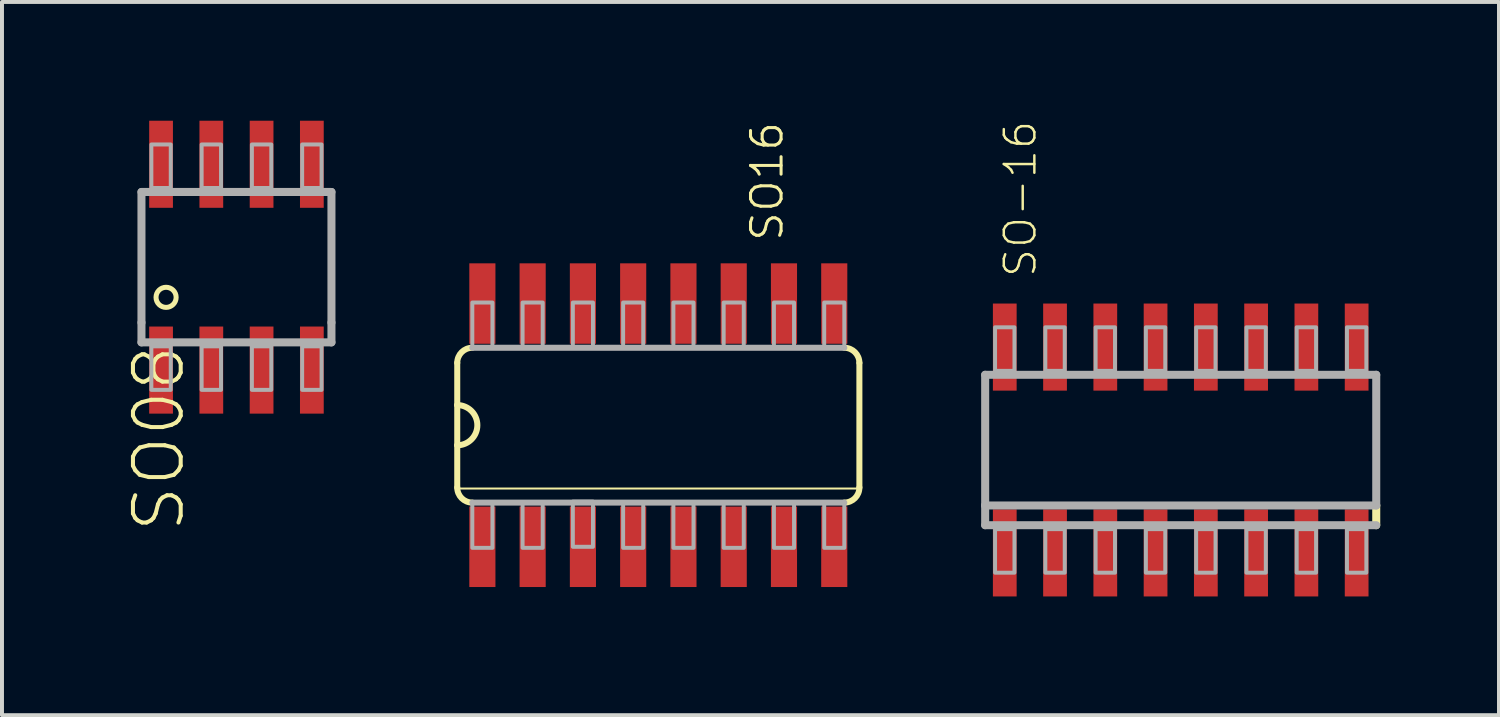
<source format=kicad_pcb>
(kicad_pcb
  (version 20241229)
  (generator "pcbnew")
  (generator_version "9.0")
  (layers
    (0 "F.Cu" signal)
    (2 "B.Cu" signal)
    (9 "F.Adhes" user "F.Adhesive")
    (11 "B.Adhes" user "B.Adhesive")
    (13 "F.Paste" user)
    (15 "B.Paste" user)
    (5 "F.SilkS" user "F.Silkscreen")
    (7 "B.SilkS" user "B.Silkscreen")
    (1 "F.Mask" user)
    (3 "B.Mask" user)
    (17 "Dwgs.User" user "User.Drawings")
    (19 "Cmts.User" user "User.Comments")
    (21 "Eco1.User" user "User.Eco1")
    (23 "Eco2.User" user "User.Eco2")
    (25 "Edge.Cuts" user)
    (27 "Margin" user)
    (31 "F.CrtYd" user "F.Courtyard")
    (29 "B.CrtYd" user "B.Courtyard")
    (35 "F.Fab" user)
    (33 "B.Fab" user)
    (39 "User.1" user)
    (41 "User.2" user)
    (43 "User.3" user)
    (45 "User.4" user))
  (footprint "SO-16"
    (layer "F.Cu")
    (at 26.78 8.002)
    (property "Reference" "SO-16" (at -3.6 -4 270) (layer "F.SilkS") (effects (font (size 0.772 0.772) (thickness 0.062)) (justify left bottom)))
    (attr through_hole)
    (fp_line (start 4.94 1.718) (end 4.94 2.217) (stroke (width 0.203) (type solid)) (layer "F.SilkS"))
    (fp_line (start -4.94 -1.583) (end 4.94 -1.583) (stroke (width 0.203) (type solid)) (layer "F.Fab"))
    (fp_line (start -4.94 1.718) (end -4.94 -1.583) (stroke (width 0.203) (type solid)) (layer "F.Fab"))
    (fp_line (start -4.94 2.217) (end -4.94 1.718) (stroke (width 0.203) (type solid)) (layer "F.Fab"))
    (fp_line (start 4.94 -1.583) (end 4.94 1.718) (stroke (width 0.203) (type solid)) (layer "F.Fab"))
    (fp_line (start 4.94 1.718) (end -4.94 1.718) (stroke (width 0.203) (type solid)) (layer "F.Fab"))
    (fp_line (start 4.94 2.217) (end -4.94 2.217) (stroke (width 0.203) (type solid)) (layer "F.Fab"))
    (fp_poly (pts (xy -4.69 -1.683) (xy -4.2 -1.683) (xy -4.2 -2.783) (xy -4.69 -2.783)) (stroke (width 0.1) (type solid)) (fill no) (layer "F.Fab"))
    (fp_poly (pts (xy -4.69 3.417) (xy -4.2 3.417) (xy -4.2 2.317) (xy -4.69 2.317)) (stroke (width 0.1) (type solid)) (fill no) (layer "F.Fab"))
    (fp_poly (pts (xy -3.42 -1.683) (xy -2.93 -1.683) (xy -2.93 -2.783) (xy -3.42 -2.783)) (stroke (width 0.1) (type solid)) (fill no) (layer "F.Fab"))
    (fp_poly (pts (xy -3.42 3.417) (xy -2.93 3.417) (xy -2.93 2.317) (xy -3.42 2.317)) (stroke (width 0.1) (type solid)) (fill no) (layer "F.Fab"))
    (fp_poly (pts (xy -2.15 -1.683) (xy -1.66 -1.683) (xy -1.66 -2.783) (xy -2.15 -2.783)) (stroke (width 0.1) (type solid)) (fill no) (layer "F.Fab"))
    (fp_poly (pts (xy -2.15 3.417) (xy -1.66 3.417) (xy -1.66 2.317) (xy -2.15 2.317)) (stroke (width 0.1) (type solid)) (fill no) (layer "F.Fab"))
    (fp_poly (pts (xy -0.88 -1.683) (xy -0.39 -1.683) (xy -0.39 -2.783) (xy -0.88 -2.783)) (stroke (width 0.1) (type solid)) (fill no) (layer "F.Fab"))
    (fp_poly (pts (xy -0.88 3.417) (xy -0.39 3.417) (xy -0.39 2.317) (xy -0.88 2.317)) (stroke (width 0.1) (type solid)) (fill no) (layer "F.Fab"))
    (fp_poly (pts (xy 0.39 -1.683) (xy 0.88 -1.683) (xy 0.88 -2.783) (xy 0.39 -2.783)) (stroke (width 0.1) (type solid)) (fill no) (layer "F.Fab"))
    (fp_poly (pts (xy 0.39 3.417) (xy 0.88 3.417) (xy 0.88 2.317) (xy 0.39 2.317)) (stroke (width 0.1) (type solid)) (fill no) (layer "F.Fab"))
    (fp_poly (pts (xy 1.66 -1.683) (xy 2.15 -1.683) (xy 2.15 -2.783) (xy 1.66 -2.783)) (stroke (width 0.1) (type solid)) (fill no) (layer "F.Fab"))
    (fp_poly (pts (xy 1.66 3.417) (xy 2.15 3.417) (xy 2.15 2.317) (xy 1.66 2.317)) (stroke (width 0.1) (type solid)) (fill no) (layer "F.Fab"))
    (fp_poly (pts (xy 2.93 -1.683) (xy 3.42 -1.683) (xy 3.42 -2.783) (xy 2.93 -2.783)) (stroke (width 0.1) (type solid)) (fill no) (layer "F.Fab"))
    (fp_poly (pts (xy 2.93 3.417) (xy 3.42 3.417) (xy 3.42 2.317) (xy 2.93 2.317)) (stroke (width 0.1) (type solid)) (fill no) (layer "F.Fab"))
    (fp_poly (pts (xy 4.2 -1.683) (xy 4.69 -1.683) (xy 4.69 -2.783) (xy 4.2 -2.783)) (stroke (width 0.1) (type solid)) (fill no) (layer "F.Fab"))
    (fp_poly (pts (xy 4.2 3.417) (xy 4.69 3.417) (xy 4.69 2.317) (xy 4.2 2.317)) (stroke (width 0.1) (type solid)) (fill no) (layer "F.Fab"))
    (pad "1" smd rect (at -4.445 2.917) (size 0.6 2.2) (layers "F.Cu" "F.Mask" "F.Paste"))
    (pad "2" smd rect (at -3.175 2.917) (size 0.6 2.2) (layers "F.Cu" "F.Mask" "F.Paste"))
    (pad "3" smd rect (at -1.905 2.917) (size 0.6 2.2) (layers "F.Cu" "F.Mask" "F.Paste"))
    (pad "4" smd rect (at -0.635 2.917) (size 0.6 2.2) (layers "F.Cu" "F.Mask" "F.Paste"))
    (pad "5" smd rect (at 0.635 2.917) (size 0.6 2.2) (layers "F.Cu" "F.Mask" "F.Paste"))
    (pad "6" smd rect (at 1.905 2.917) (size 0.6 2.2) (layers "F.Cu" "F.Mask" "F.Paste"))
    (pad "7" smd rect (at 3.175 2.917) (size 0.6 2.2) (layers "F.Cu" "F.Mask" "F.Paste"))
    (pad "8" smd rect (at 4.445 2.917) (size 0.6 2.2) (layers "F.Cu" "F.Mask" "F.Paste"))
    (pad "9" smd rect (at 4.445 -2.283) (size 0.6 2.2) (layers "F.Cu" "F.Mask" "F.Paste"))
    (pad "10" smd rect (at 3.175 -2.283) (size 0.6 2.2) (layers "F.Cu" "F.Mask" "F.Paste"))
    (pad "11" smd rect (at 1.905 -2.283) (size 0.6 2.2) (layers "F.Cu" "F.Mask" "F.Paste"))
    (pad "12" smd rect (at 0.635 -2.283) (size 0.6 2.2) (layers "F.Cu" "F.Mask" "F.Paste"))
    (pad "13" smd rect (at -0.635 -2.283) (size 0.6 2.2) (layers "F.Cu" "F.Mask" "F.Paste"))
    (pad "14" smd rect (at -1.905 -2.283) (size 0.6 2.2) (layers "F.Cu" "F.Mask" "F.Paste"))
    (pad "15" smd rect (at -3.175 -2.283) (size 0.6 2.2) (layers "F.Cu" "F.Mask" "F.Paste"))
    (pad "16" smd rect (at -4.445 -2.283) (size 0.6 2.2) (layers "F.Cu" "F.Mask" "F.Paste")))
  (footprint "SO16"
    (layer "F.Cu")
    (at 13.582 7.692)
    (property "Reference" "SO16" (at 3.2 -4.6 270) (layer "F.SilkS") (effects (font (size 0.772 0.772) (thickness 0.077)) (justify left bottom)))
    (attr through_hole)
    (fp_line (start -5.08 -1.575) (end -5.08 -0.508) (stroke (width 0.152) (type solid)) (layer "F.SilkS"))
    (fp_line (start -5.08 -0.508) (end -5.08 0.508) (stroke (width 0.152) (type solid)) (layer "F.SilkS"))
    (fp_line (start -5.08 0.508) (end -5.08 1.575) (stroke (width 0.152) (type solid)) (layer "F.SilkS"))
    (fp_line (start -5.08 1.6) (end 5.08 1.6) (stroke (width 0.051) (type solid)) (layer "F.SilkS"))
    (fp_line (start 5.08 1.575) (end 5.08 -1.575) (stroke (width 0.152) (type solid)) (layer "F.SilkS"))
    (fp_arc (start -5.08 -1.5748) (mid -4.968408 -1.844208) (end -4.699 -1.9558) (stroke (width 0.1524) (type solid)) (layer "F.SilkS"))
    (fp_arc (start -5.08 -0.508) (mid -4.572 0) (end -5.08 0.508) (stroke (width 0.1524) (type solid)) (layer "F.SilkS"))
    (fp_arc (start -4.699 1.9558) (mid -4.968408 1.844208) (end -5.08 1.5748) (stroke (width 0.1524) (type solid)) (layer "F.SilkS"))
    (fp_arc (start 4.699 -1.9558) (mid 4.968408 -1.844208) (end 5.08 -1.5748) (stroke (width 0.1524) (type solid)) (layer "F.SilkS"))
    (fp_arc (start 5.08 1.5748) (mid 4.968408 1.844208) (end 4.699 1.9558) (stroke (width 0.1524) (type solid)) (layer "F.SilkS"))
    (fp_line (start -4.699 1.956) (end 4.699 1.956) (stroke (width 0.152) (type solid)) (layer "F.Fab"))
    (fp_line (start 4.699 -1.956) (end -4.699 -1.956) (stroke (width 0.152) (type solid)) (layer "F.Fab"))
    (fp_poly (pts (xy -4.699 -1.956) (xy -4.191 -1.956) (xy -4.191 -3.099) (xy -4.699 -3.099)) (stroke (width 0.1) (type solid)) (fill no) (layer "F.Fab"))
    (fp_poly (pts (xy -4.699 3.099) (xy -4.191 3.099) (xy -4.191 1.956) (xy -4.699 1.956)) (stroke (width 0.1) (type solid)) (fill no) (layer "F.Fab"))
    (fp_poly (pts (xy -3.429 -1.956) (xy -2.921 -1.956) (xy -2.921 -3.099) (xy -3.429 -3.099)) (stroke (width 0.1) (type solid)) (fill no) (layer "F.Fab"))
    (fp_poly (pts (xy -3.429 3.099) (xy -2.921 3.099) (xy -2.921 1.956) (xy -3.429 1.956)) (stroke (width 0.1) (type solid)) (fill no) (layer "F.Fab"))
    (fp_poly (pts (xy -2.159 -1.956) (xy -1.651 -1.956) (xy -1.651 -3.099) (xy -2.159 -3.099)) (stroke (width 0.1) (type solid)) (fill no) (layer "F.Fab"))
    (fp_poly (pts (xy -2.159 3.073) (xy -1.651 3.073) (xy -1.651 1.93) (xy -2.159 1.93)) (stroke (width 0.1) (type solid)) (fill no) (layer "F.Fab"))
    (fp_poly (pts (xy -0.889 -1.956) (xy -0.381 -1.956) (xy -0.381 -3.099) (xy -0.889 -3.099)) (stroke (width 0.1) (type solid)) (fill no) (layer "F.Fab"))
    (fp_poly (pts (xy -0.889 3.099) (xy -0.381 3.099) (xy -0.381 1.956) (xy -0.889 1.956)) (stroke (width 0.1) (type solid)) (fill no) (layer "F.Fab"))
    (fp_poly (pts (xy 0.381 -1.956) (xy 0.889 -1.956) (xy 0.889 -3.099) (xy 0.381 -3.099)) (stroke (width 0.1) (type solid)) (fill no) (layer "F.Fab"))
    (fp_poly (pts (xy 0.381 3.099) (xy 0.889 3.099) (xy 0.889 1.956) (xy 0.381 1.956)) (stroke (width 0.1) (type solid)) (fill no) (layer "F.Fab"))
    (fp_poly (pts (xy 1.651 -1.956) (xy 2.159 -1.956) (xy 2.159 -3.099) (xy 1.651 -3.099)) (stroke (width 0.1) (type solid)) (fill no) (layer "F.Fab"))
    (fp_poly (pts (xy 1.651 3.099) (xy 2.159 3.099) (xy 2.159 1.956) (xy 1.651 1.956)) (stroke (width 0.1) (type solid)) (fill no) (layer "F.Fab"))
    (fp_poly (pts (xy 2.921 -1.956) (xy 3.429 -1.956) (xy 3.429 -3.099) (xy 2.921 -3.099)) (stroke (width 0.1) (type solid)) (fill no) (layer "F.Fab"))
    (fp_poly (pts (xy 2.921 3.099) (xy 3.429 3.099) (xy 3.429 1.956) (xy 2.921 1.956)) (stroke (width 0.1) (type solid)) (fill no) (layer "F.Fab"))
    (fp_poly (pts (xy 4.191 -1.956) (xy 4.699 -1.956) (xy 4.699 -3.099) (xy 4.191 -3.099)) (stroke (width 0.1) (type solid)) (fill no) (layer "F.Fab"))
    (fp_poly (pts (xy 4.191 3.099) (xy 4.699 3.099) (xy 4.699 1.956) (xy 4.191 1.956)) (stroke (width 0.1) (type solid)) (fill no) (layer "F.Fab"))
    (pad "1" smd rect (at -4.445 3.073) (size 0.66 2.032) (layers "F.Cu" "F.Mask" "F.Paste"))
    (pad "2" smd rect (at -3.175 3.073) (size 0.66 2.032) (layers "F.Cu" "F.Mask" "F.Paste"))
    (pad "3" smd rect (at -1.905 3.073) (size 0.66 2.032) (layers "F.Cu" "F.Mask" "F.Paste"))
    (pad "4" smd rect (at -0.635 3.073) (size 0.66 2.032) (layers "F.Cu" "F.Mask" "F.Paste"))
    (pad "5" smd rect (at 0.635 3.073) (size 0.66 2.032) (layers "F.Cu" "F.Mask" "F.Paste"))
    (pad "6" smd rect (at 1.905 3.073) (size 0.66 2.032) (layers "F.Cu" "F.Mask" "F.Paste"))
    (pad "7" smd rect (at 3.175 3.073) (size 0.66 2.032) (layers "F.Cu" "F.Mask" "F.Paste"))
    (pad "8" smd rect (at 4.445 3.073) (size 0.66 2.032) (layers "F.Cu" "F.Mask" "F.Paste"))
    (pad "9" smd rect (at 4.445 -3.073) (size 0.66 2.032) (layers "F.Cu" "F.Mask" "F.Paste"))
    (pad "10" smd rect (at 3.175 -3.073) (size 0.66 2.032) (layers "F.Cu" "F.Mask" "F.Paste"))
    (pad "11" smd rect (at 1.905 -3.073) (size 0.66 2.032) (layers "F.Cu" "F.Mask" "F.Paste"))
    (pad "12" smd rect (at 0.635 -3.073) (size 0.66 2.032) (layers "F.Cu" "F.Mask" "F.Paste"))
    (pad "13" smd rect (at -0.635 -3.073) (size 0.66 2.032) (layers "F.Cu" "F.Mask" "F.Paste"))
    (pad "14" smd rect (at -1.905 -3.073) (size 0.66 2.032) (layers "F.Cu" "F.Mask" "F.Paste"))
    (pad "15" smd rect (at -3.175 -3.073) (size 0.66 2.032) (layers "F.Cu" "F.Mask" "F.Paste"))
    (pad "16" smd rect (at -4.445 -3.073) (size 0.66 2.032) (layers "F.Cu" "F.Mask" "F.Paste")))
  (footprint "SO08"
    (layer "F.Cu")
    (at 2.924 3.7)
    (property "Reference" "SO08" (at -2.667 1.905 90) (layer "F.SilkS") (effects (font (size 1.206 1.206) (thickness 0.102)) (justify right top)))
    (attr through_hole)
    (fp_circle (center -1.778 0.762) (end -1.524 0.762) (stroke (width 0.127) (type solid)) (fill no) (layer "F.SilkS"))
    (fp_line (start -2.4 -1.9) (end 2.4 -1.9) (stroke (width 0.203) (type solid)) (layer "F.Fab"))
    (fp_line (start -2.4 1.4) (end -2.4 -1.9) (stroke (width 0.203) (type solid)) (layer "F.Fab"))
    (fp_line (start -2.4 1.9) (end -2.4 1.4) (stroke (width 0.203) (type solid)) (layer "F.Fab"))
    (fp_line (start 2.4 -1.9) (end 2.4 1.4) (stroke (width 0.203) (type solid)) (layer "F.Fab"))
    (fp_line (start 2.4 1.4) (end 2.4 1.9) (stroke (width 0.203) (type solid)) (layer "F.Fab"))
    (fp_line (start 2.4 1.9) (end -2.4 1.9) (stroke (width 0.203) (type solid)) (layer "F.Fab"))
    (fp_poly (pts (xy -2.15 -2) (xy -1.66 -2) (xy -1.66 -3.1) (xy -2.15 -3.1)) (stroke (width 0.1) (type solid)) (fill no) (layer "F.Fab"))
    (fp_poly (pts (xy -2.15 3.1) (xy -1.66 3.1) (xy -1.66 2) (xy -2.15 2)) (stroke (width 0.1) (type solid)) (fill no) (layer "F.Fab"))
    (fp_poly (pts (xy -0.88 -2) (xy -0.39 -2) (xy -0.39 -3.1) (xy -0.88 -3.1)) (stroke (width 0.1) (type solid)) (fill no) (layer "F.Fab"))
    (fp_poly (pts (xy -0.88 3.1) (xy -0.39 3.1) (xy -0.39 2) (xy -0.88 2)) (stroke (width 0.1) (type solid)) (fill no) (layer "F.Fab"))
    (fp_poly (pts (xy 0.39 -2) (xy 0.88 -2) (xy 0.88 -3.1) (xy 0.39 -3.1)) (stroke (width 0.1) (type solid)) (fill no) (layer "F.Fab"))
    (fp_poly (pts (xy 0.39 3.1) (xy 0.88 3.1) (xy 0.88 2) (xy 0.39 2)) (stroke (width 0.1) (type solid)) (fill no) (layer "F.Fab"))
    (fp_poly (pts (xy 1.66 -2) (xy 2.15 -2) (xy 2.15 -3.1) (xy 1.66 -3.1)) (stroke (width 0.1) (type solid)) (fill no) (layer "F.Fab"))
    (fp_poly (pts (xy 1.66 3.1) (xy 2.15 3.1) (xy 2.15 2) (xy 1.66 2)) (stroke (width 0.1) (type solid)) (fill no) (layer "F.Fab"))
    (pad "1" smd rect (at -1.905 2.6) (size 0.6 2.2) (layers "F.Cu" "F.Mask" "F.Paste"))
    (pad "2" smd rect (at -0.635 2.6) (size 0.6 2.2) (layers "F.Cu" "F.Mask" "F.Paste"))
    (pad "3" smd rect (at 0.635 2.6) (size 0.6 2.2) (layers "F.Cu" "F.Mask" "F.Paste"))
    (pad "4" smd rect (at 1.905 2.6) (size 0.6 2.2) (layers "F.Cu" "F.Mask" "F.Paste"))
    (pad "5" smd rect (at 1.905 -2.6) (size 0.6 2.2) (layers "F.Cu" "F.Mask" "F.Paste"))
    (pad "6" smd rect (at 0.635 -2.6) (size 0.6 2.2) (layers "F.Cu" "F.Mask" "F.Paste"))
    (pad "7" smd rect (at -0.635 -2.6) (size 0.6 2.2) (layers "F.Cu" "F.Mask" "F.Paste"))
    (pad "8" smd rect (at -1.905 -2.6) (size 0.6 2.2) (layers "F.Cu" "F.Mask" "F.Paste")))
  (gr_rect
    (start -3 -3)
    (end 34.821 15.019)
    (stroke (width 0.1) (type default))
    (fill no)
    (layer "Edge.Cuts")))
</source>
